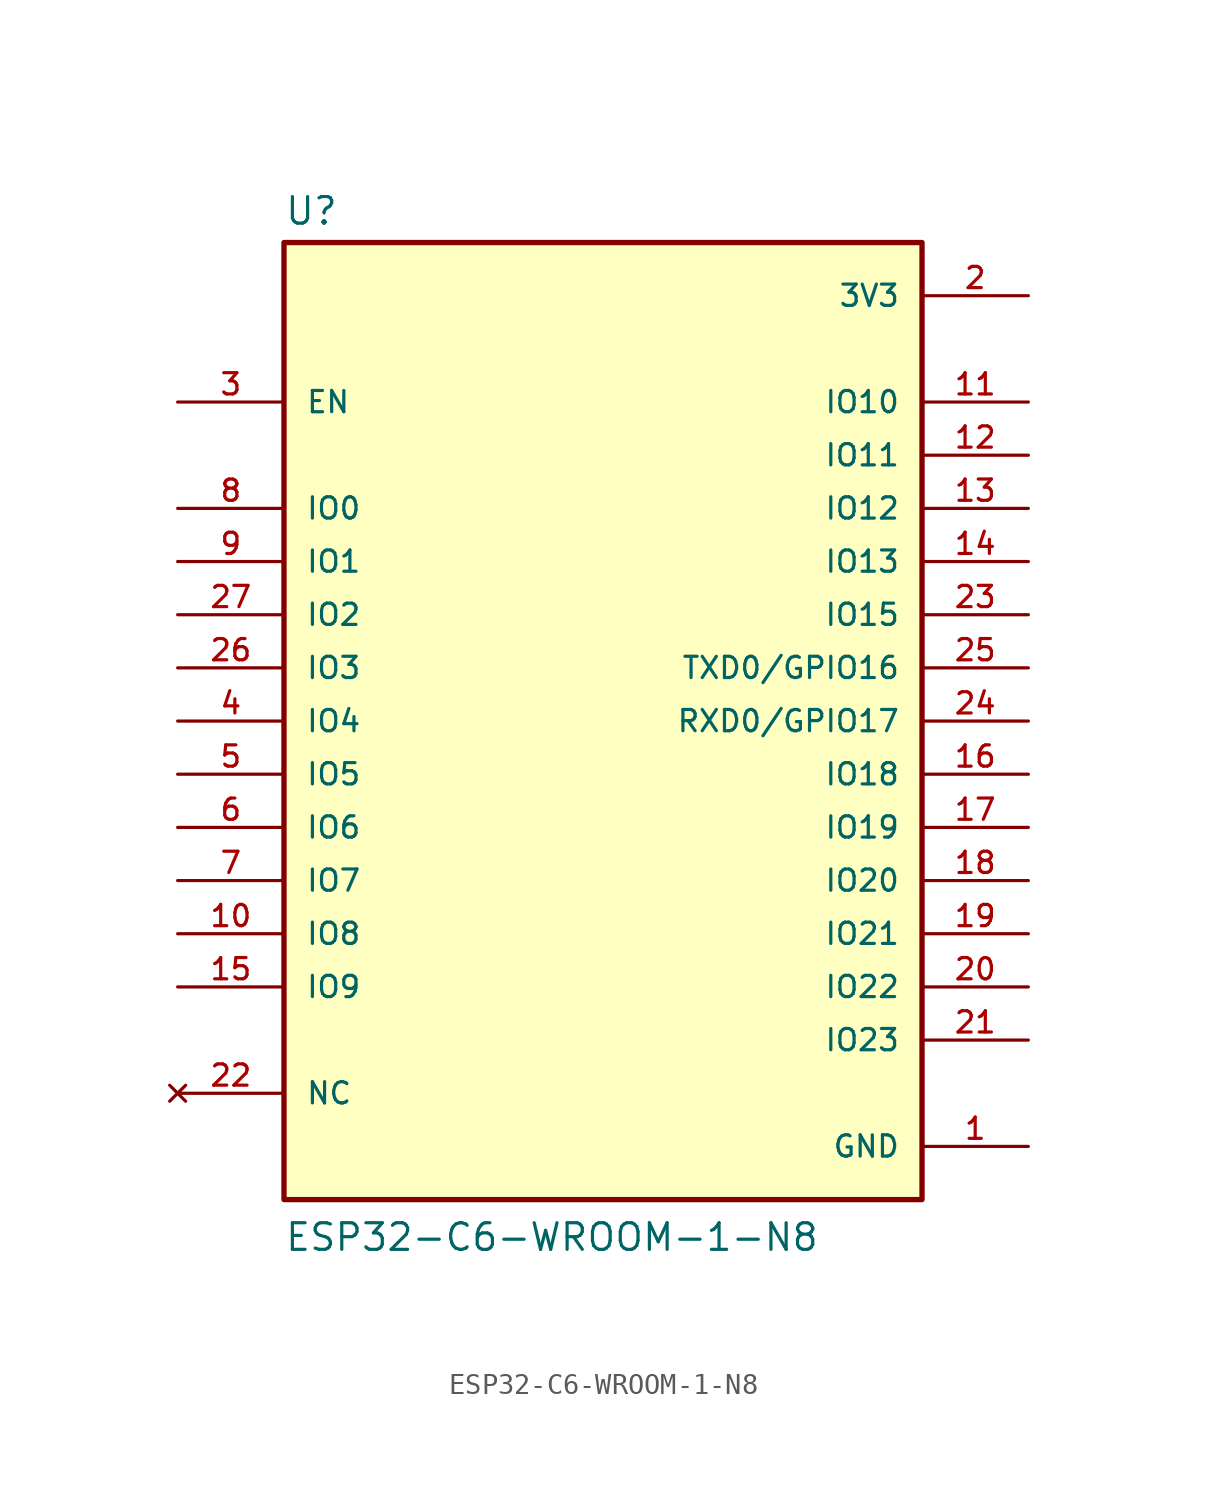
<source format=kicad_sym>
(kicad_symbol_lib
  (version 20211014)
  (generator kicad_symbol_editor)
  (symbol "ESP32-C6-WROOM-1-N8"
    (pin_names
      (offset 1.016))
    (property "Reference" "U"
      (at -15.24 23.622 0)
      (effects (font (size 1.27 1.27)) (justify bottom left)))
    (property "Value" "ESP32-C6-WROOM-1-N8"
      (at -15.24 -25.4 0)
      (effects (font (size 1.27 1.27)) (justify bottom left)))
    (symbol "ESP32-C6-WROOM-1-N8_0_0"
      (rectangle (start -15.24 -22.86) (end 15.24 22.86) (stroke (width 0.254)) (fill (type background)))
      (pin power_in line (at 20.32 -20.32 180.0) (length 5.08) (name "GND" (effects (font (size 1.016 1.016)))) (number "1" (effects (font (size 1.016 1.016)))))
      (pin power_in line (at 20.32 -20.32 180.0) (length 5.08) hide (name "GND" (effects (font (size 1.016 1.016)))) (number "28" (effects (font (size 1.016 1.016)))))
      (pin power_in line (at 20.32 -20.32 180.0) (length 5.08) hide (name "GND" (effects (font (size 1.016 1.016)))) (number "29_1" (effects (font (size 1.016 1.016)))))
      (pin power_in line (at 20.32 -20.32 180.0) (length 5.08) hide (name "GND" (effects (font (size 1.016 1.016)))) (number "29_2" (effects (font (size 1.016 1.016)))))
      (pin power_in line (at 20.32 -20.32 180.0) (length 5.08) hide (name "GND" (effects (font (size 1.016 1.016)))) (number "29_3" (effects (font (size 1.016 1.016)))))
      (pin power_in line (at 20.32 -20.32 180.0) (length 5.08) hide (name "GND" (effects (font (size 1.016 1.016)))) (number "29_4" (effects (font (size 1.016 1.016)))))
      (pin power_in line (at 20.32 -20.32 180.0) (length 5.08) hide (name "GND" (effects (font (size 1.016 1.016)))) (number "29_5" (effects (font (size 1.016 1.016)))))
      (pin power_in line (at 20.32 -20.32 180.0) (length 5.08) hide (name "GND" (effects (font (size 1.016 1.016)))) (number "29_6" (effects (font (size 1.016 1.016)))))
      (pin power_in line (at 20.32 -20.32 180.0) (length 5.08) hide (name "GND" (effects (font (size 1.016 1.016)))) (number "29_7" (effects (font (size 1.016 1.016)))))
      (pin power_in line (at 20.32 -20.32 180.0) (length 5.08) hide (name "GND" (effects (font (size 1.016 1.016)))) (number "29_8" (effects (font (size 1.016 1.016)))))
      (pin power_in line (at 20.32 -20.32 180.0) (length 5.08) hide (name "GND" (effects (font (size 1.016 1.016)))) (number "29_9" (effects (font (size 1.016 1.016)))))
      (pin power_in line (at 20.32 20.32 180.0) (length 5.08) (name "3V3" (effects (font (size 1.016 1.016)))) (number "2" (effects (font (size 1.016 1.016)))))
      (pin input line (at -20.32 15.24 0) (length 5.08) (name "EN" (effects (font (size 1.016 1.016)))) (number "3" (effects (font (size 1.016 1.016)))))
      (pin bidirectional line (at -20.32 0.0 0) (length 5.08) (name "IO4" (effects (font (size 1.016 1.016)))) (number "4" (effects (font (size 1.016 1.016)))))
      (pin bidirectional line (at -20.32 -2.54 0) (length 5.08) (name "IO5" (effects (font (size 1.016 1.016)))) (number "5" (effects (font (size 1.016 1.016)))))
      (pin bidirectional line (at -20.32 -5.08 0) (length 5.08) (name "IO6" (effects (font (size 1.016 1.016)))) (number "6" (effects (font (size 1.016 1.016)))))
      (pin bidirectional line (at -20.32 -7.62 0) (length 5.08) (name "IO7" (effects (font (size 1.016 1.016)))) (number "7" (effects (font (size 1.016 1.016)))))
      (pin bidirectional line (at -20.32 10.16 0) (length 5.08) (name "IO0" (effects (font (size 1.016 1.016)))) (number "8" (effects (font (size 1.016 1.016)))))
      (pin bidirectional line (at -20.32 7.62 0) (length 5.08) (name "IO1" (effects (font (size 1.016 1.016)))) (number "9" (effects (font (size 1.016 1.016)))))
      (pin bidirectional line (at -20.32 -10.16 0) (length 5.08) (name "IO8" (effects (font (size 1.016 1.016)))) (number "10" (effects (font (size 1.016 1.016)))))
      (pin bidirectional line (at 20.32 15.24 180.0) (length 5.08) (name "IO10" (effects (font (size 1.016 1.016)))) (number "11" (effects (font (size 1.016 1.016)))))
      (pin bidirectional line (at 20.32 12.7 180.0) (length 5.08) (name "IO11" (effects (font (size 1.016 1.016)))) (number "12" (effects (font (size 1.016 1.016)))))
      (pin bidirectional line (at 20.32 10.16 180.0) (length 5.08) (name "IO12" (effects (font (size 1.016 1.016)))) (number "13" (effects (font (size 1.016 1.016)))))
      (pin bidirectional line (at 20.32 7.62 180.0) (length 5.08) (name "IO13" (effects (font (size 1.016 1.016)))) (number "14" (effects (font (size 1.016 1.016)))))
      (pin bidirectional line (at -20.32 5.08 0) (length 5.08) (name "IO2" (effects (font (size 1.016 1.016)))) (number "27" (effects (font (size 1.016 1.016)))))
      (pin bidirectional line (at -20.32 2.54 0) (length 5.08) (name "IO3" (effects (font (size 1.016 1.016)))) (number "26" (effects (font (size 1.016 1.016)))))
      (pin bidirectional line (at 20.32 2.54 180.0) (length 5.08) (name "TXD0/GPIO16" (effects (font (size 1.016 1.016)))) (number "25" (effects (font (size 1.016 1.016)))))
      (pin bidirectional line (at 20.32 0.0 180.0) (length 5.08) (name "RXD0/GPIO17" (effects (font (size 1.016 1.016)))) (number "24" (effects (font (size 1.016 1.016)))))
      (pin bidirectional line (at 20.32 5.08 180.0) (length 5.08) (name "IO15" (effects (font (size 1.016 1.016)))) (number "23" (effects (font (size 1.016 1.016)))))
      (pin no_connect line (at -20.32 -17.78 0) (length 5.08) (name "NC" (effects (font (size 1.016 1.016)))) (number "22" (effects (font (size 1.016 1.016)))))
      (pin bidirectional line (at 20.32 -15.24 180.0) (length 5.08) (name "IO23" (effects (font (size 1.016 1.016)))) (number "21" (effects (font (size 1.016 1.016)))))
      (pin bidirectional line (at 20.32 -12.7 180.0) (length 5.08) (name "IO22" (effects (font (size 1.016 1.016)))) (number "20" (effects (font (size 1.016 1.016)))))
      (pin bidirectional line (at 20.32 -10.16 180.0) (length 5.08) (name "IO21" (effects (font (size 1.016 1.016)))) (number "19" (effects (font (size 1.016 1.016)))))
      (pin bidirectional line (at 20.32 -7.62 180.0) (length 5.08) (name "IO20" (effects (font (size 1.016 1.016)))) (number "18" (effects (font (size 1.016 1.016)))))
      (pin bidirectional line (at 20.32 -5.08 180.0) (length 5.08) (name "IO19" (effects (font (size 1.016 1.016)))) (number "17" (effects (font (size 1.016 1.016)))))
      (pin bidirectional line (at 20.32 -2.54 180.0) (length 5.08) (name "IO18" (effects (font (size 1.016 1.016)))) (number "16" (effects (font (size 1.016 1.016)))))
      (pin bidirectional line (at -20.32 -12.7 0) (length 5.08) (name "IO9" (effects (font (size 1.016 1.016)))) (number "15" (effects (font (size 1.016 1.016))))))))
</source>
